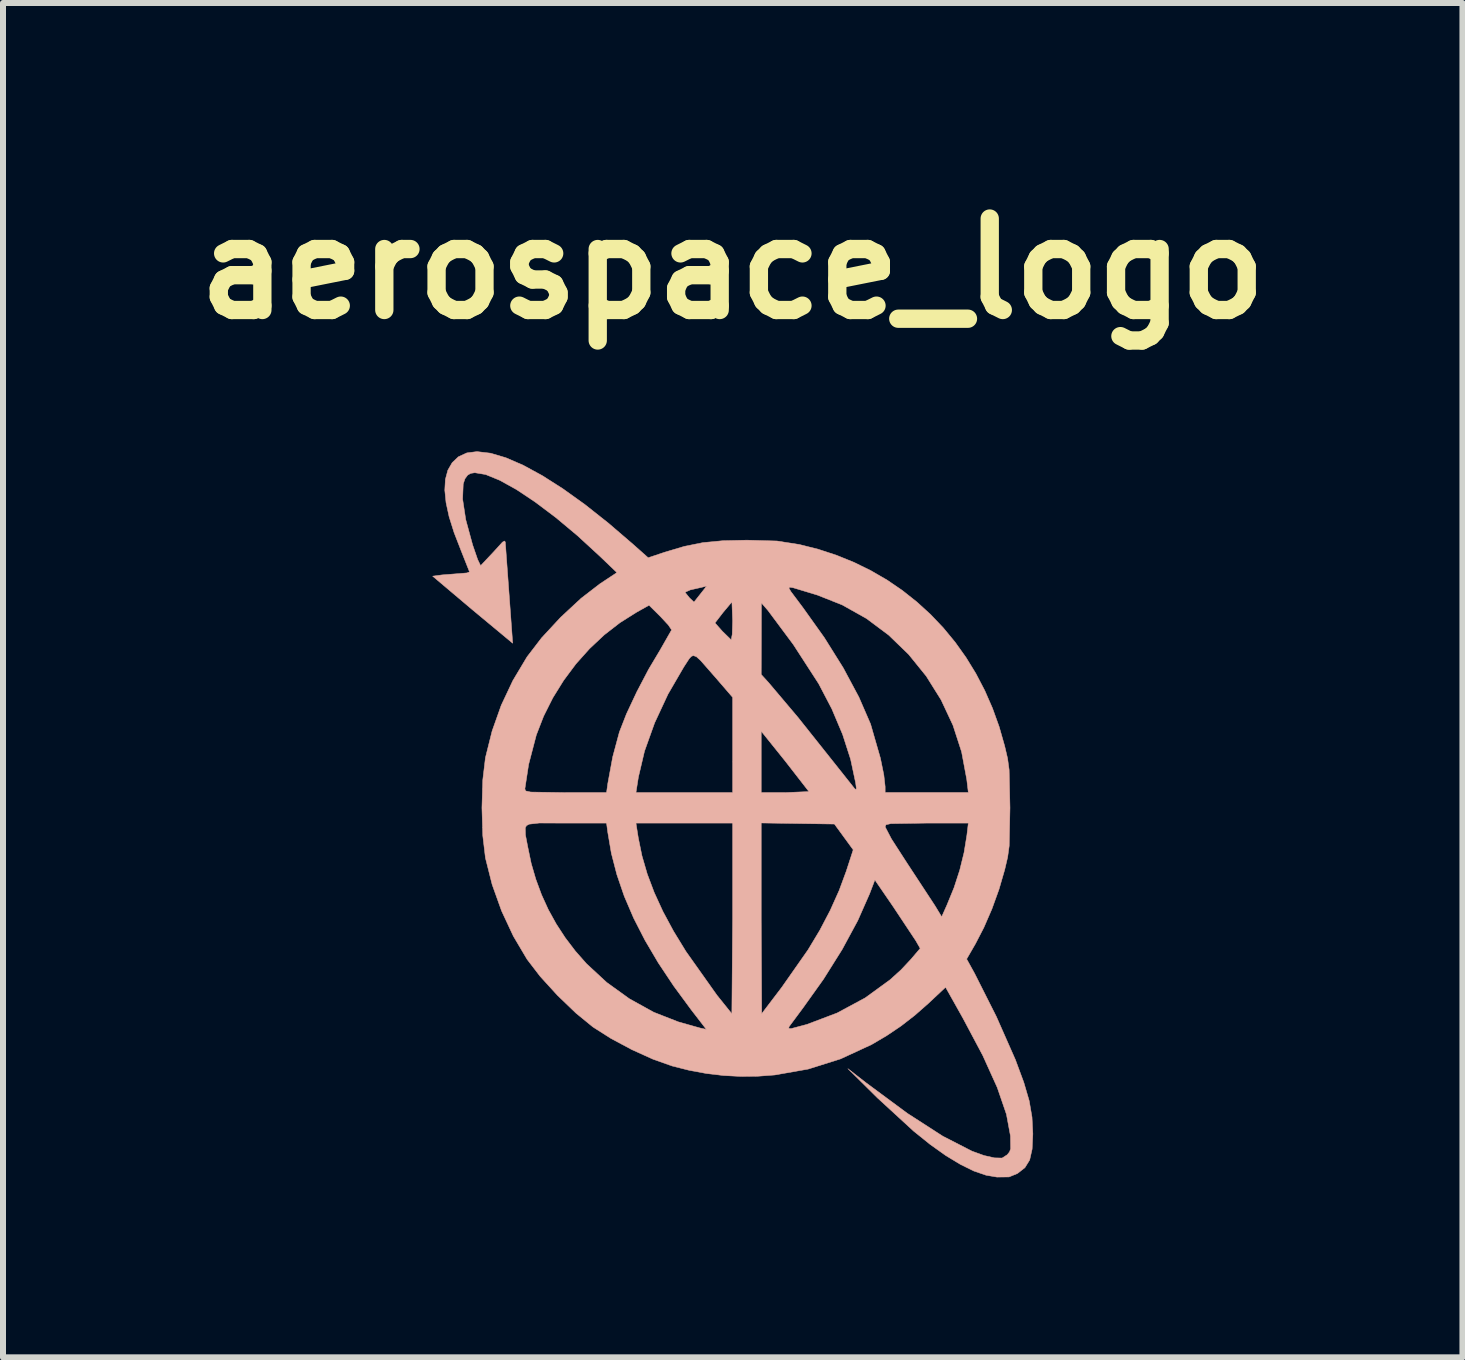
<source format=kicad_pcb>
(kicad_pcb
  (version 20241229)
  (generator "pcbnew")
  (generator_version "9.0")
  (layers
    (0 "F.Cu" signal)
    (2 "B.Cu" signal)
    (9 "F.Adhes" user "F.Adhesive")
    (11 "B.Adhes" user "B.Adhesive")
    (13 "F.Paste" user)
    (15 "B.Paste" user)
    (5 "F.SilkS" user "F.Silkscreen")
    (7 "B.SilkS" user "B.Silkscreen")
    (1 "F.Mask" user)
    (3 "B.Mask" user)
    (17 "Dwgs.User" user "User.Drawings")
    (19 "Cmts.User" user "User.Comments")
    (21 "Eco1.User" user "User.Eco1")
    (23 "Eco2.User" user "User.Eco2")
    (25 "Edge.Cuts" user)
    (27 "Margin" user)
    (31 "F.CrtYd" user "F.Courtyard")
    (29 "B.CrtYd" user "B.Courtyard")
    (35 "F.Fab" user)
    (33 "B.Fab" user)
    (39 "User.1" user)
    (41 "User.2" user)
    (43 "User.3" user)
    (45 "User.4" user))
  (footprint "aerospace_logo"
    (layer "F.Cu")
    (at 9.159 10.518)
    (property "Reference" "aerospace_logo" (at 0 -9.092 0) (layer "F.SilkS") (effects (font (size 1.524 1.524) (thickness 0.305))))
    (attr smd)
    (fp_poly (pts (xy -4.258 -6.043) (xy -0.705 -3.74) (xy -0.796 -3.7) (xy -0.721 -3.607) (xy -0.646 -3.536) (xy -0.54 -3.67) (xy -0.434 -3.804) (xy -0.434 -3.804) (xy -0.523 -3.781) (xy -0.705 -3.74) (xy -4.258 -6.043) (xy -0.296 -3.189) (xy -0.173 -3.05) (xy -0.026 -2.907) (xy -0.009 -2.998) (xy -0.002 -3.221) (xy -0.014 -3.539) (xy -0.014 -3.539) (xy -0.014 -3.539) (xy -0.161 -3.364) (xy -0.296 -3.189) (xy -4.258 -6.043) (xy 0.474 -2.33) (xy 0.596 -2.196) (xy 1.087 -1.615) (xy 1.679 -0.871) (xy 2.03 -0.429) (xy 2.053 -0.414) (xy 2.06 -0.428) (xy 2.048 -0.521) (xy 1.964 -0.916) (xy 1.83 -1.332) (xy 1.651 -1.756) (xy 1.431 -2.177) (xy 1.009 -2.829) (xy 0.587 -3.396) (xy 0.477 -3.523) (xy 0.477 -3.523) (xy 0.476 -2.927) (xy 0.474 -2.33) (xy -4.258 -6.043) (xy -4.035 -6.017) (xy 2.634 0.155) (xy 2.553 0.173) (xy 2.539 0.209) (xy 2.644 0.41) (xy 2.898 0.804) (xy 3.369 1.522) (xy 3.481 1.707) (xy 3.567 1.515) (xy 3.687 1.222) (xy 3.782 0.929) (xy 3.854 0.637) (xy 3.901 0.348) (xy 3.925 0.146) (xy 3.925 0.146) (xy 3.232 0.146) (xy 2.634 0.155) (xy -4.035 -6.017) (xy -3.779 -5.941) (xy -1.394 -3.484) (xy -1.603 -3.367) (xy -1.879 -3.193) (xy -2.141 -2.99) (xy -2.387 -2.759) (xy -2.614 -2.505) (xy -2.818 -2.231) (xy -2.998 -1.941) (xy -3.151 -1.636) (xy -3.273 -1.322) (xy -3.401 -0.832) (xy -3.464 -0.422) (xy -3.449 -0.389) (xy -3.365 -0.371) (xy -2.784 -0.362) (xy -2.103 -0.362) (xy -2.082 -0.513) (xy -2 -0.958) (xy -1.889 -1.371) (xy -1.772 -1.671) (xy -1.599 -2.04) (xy -1.402 -2.416) (xy -1.21 -2.738) (xy -1.019 -3.073) (xy -1.074 -3.155) (xy -1.207 -3.298) (xy -1.394 -3.483) (xy -1.394 -3.484) (xy -3.779 -5.941) (xy -3.491 -5.816) (xy -0.533 -2.56) (xy -0.605 -2.626) (xy -0.657 -2.645) (xy -0.657 -2.645) (xy -0.691 -2.631) (xy -0.726 -2.593) (xy -0.817 -2.453) (xy -1.08 -2) (xy -1.302 -1.523) (xy -1.47 -1.054) (xy -1.572 -0.621) (xy -1.613 -0.362) (xy -0.808 -0.362) (xy -0.002 -0.362) (xy -0.002 -1.156) (xy -0.002 -1.949) (xy -0.285 -2.277) (xy -0.533 -2.56) (xy -3.491 -5.816) (xy -3.175 -5.644) (xy -2.831 -5.425) (xy 0.474 -1.385) (xy 0.474 -0.874) (xy 0.474 -0.362) (xy 0.871 -0.362) (xy 1.269 -0.379) (xy 0.871 -0.891) (xy 0.474 -1.385) (xy 0.474 -1.385) (xy -2.831 -5.425) (xy -2.464 -5.162) (xy 1.694 0.162) (xy 1.084 0.153) (xy 0.474 0.144) (xy 0.474 0.145) (xy 0.474 1.734) (xy 0.482 3.322) (xy 0.816 2.883) (xy 1.254 2.258) (xy 1.449 1.934) (xy 1.624 1.6) (xy 1.773 1.268) (xy 1.89 0.951) (xy 2.007 0.591) (xy 1.85 0.376) (xy 1.694 0.162) (xy -2.464 -5.162) (xy -2.075 -4.854) (xy -1.667 -4.504) (xy -1.409 -4.275) (xy 0.945 -3.785) (xy 0.936 -3.769) (xy 0.966 -3.715) (xy 1.169 -3.444) (xy 1.525 -2.945) (xy 1.841 -2.44) (xy 2.102 -1.952) (xy 2.296 -1.505) (xy 2.46 -0.936) (xy 2.517 -0.657) (xy 2.539 -0.461) (xy 2.539 -0.363) (xy 3.232 -0.363) (xy 3.925 -0.363) (xy 3.899 -0.58) (xy 3.813 -1.04) (xy 3.669 -1.484) (xy 3.471 -1.907) (xy 3.224 -2.302) (xy 2.931 -2.664) (xy 2.598 -2.986) (xy 2.227 -3.263) (xy 1.824 -3.489) (xy 1.411 -3.653) (xy 1.004 -3.776) (xy 0.945 -3.785) (xy 0.945 -3.785) (xy -1.409 -4.275) (xy 2.368 1.093) (xy 2.279 1.326) (xy 2.083 1.77) (xy 1.823 2.251) (xy 1.513 2.745) (xy 1.169 3.227) (xy 0.939 3.537) (xy 0.932 3.566) (xy 0.97 3.571) (xy 1.237 3.5) (xy 1.739 3.31) (xy 2.207 3.058) (xy 2.622 2.756) (xy 2.805 2.59) (xy 2.968 2.416) (xy 3.123 2.234) (xy 3.051 2.108) (xy 2.673 1.538) (xy 2.368 1.093) (xy 2.368 1.093) (xy -1.409 -4.275) (xy -1.138 -4.366) (xy -0.809 -4.464) (xy -0.498 -4.527) (xy -0.164 -4.559) (xy 0.236 -4.568) (xy -0.002 0.146) (xy -0.808 0.146) (xy -1.613 0.146) (xy -1.574 0.392) (xy -1.513 0.691) (xy -1.425 0.994) (xy -1.309 1.302) (xy -1.164 1.618) (xy -0.988 1.945) (xy -0.78 2.285) (xy -0.264 3.013) (xy -0.015 3.323) (xy -0.002 1.734) (xy -0.002 0.146) (xy -0.002 0.146) (xy 0.236 -4.568) (xy 0.735 -4.554) (xy 1.108 -4.496) (xy 1.423 -4.417) (xy 1.728 -4.317) (xy 2.021 -4.198) (xy 2.302 -4.06) (xy 2.571 -3.904) (xy 2.826 -3.73) (xy 3.068 -3.538) (xy 3.296 -3.33) (xy 3.509 -3.106) (xy 3.706 -2.867) (xy 3.887 -2.613) (xy 4.052 -2.344) (xy 4.199 -2.062) (xy 4.328 -1.767) (xy 4.439 -1.459) (xy 4.53 -1.14) (xy 4.579 -0.931) (xy 4.605 -0.741) (xy 4.619 -0.108) (xy -3.225 0.145) (xy -3.392 0.164) (xy -3.435 0.187) (xy -3.457 0.222) (xy -3.454 0.343) (xy -3.415 0.546) (xy -3.358 0.819) (xy -3.281 1.083) (xy -3.186 1.34) (xy -3.073 1.588) (xy -2.941 1.827) (xy -2.791 2.057) (xy -2.623 2.278) (xy -2.437 2.489) (xy -2.1 2.801) (xy -1.721 3.074) (xy -1.318 3.297) (xy -0.907 3.458) (xy -0.547 3.56) (xy -0.44 3.583) (xy -0.694 3.254) (xy -0.984 2.86) (xy -1.241 2.474) (xy -1.463 2.097) (xy -1.652 1.728) (xy -1.808 1.364) (xy -1.931 1.004) (xy -2.023 0.649) (xy -2.083 0.296) (xy -2.103 0.146) (xy -2.784 0.146) (xy -3.225 0.145) (xy -3.225 0.145) (xy -3.225 0.145) (xy 4.619 -0.108) (xy 4.606 0.526) (xy 4.58 0.714) (xy 4.531 0.923) (xy 4.436 1.25) (xy 4.318 1.577) (xy 4.184 1.886) (xy 4.042 2.16) (xy 3.897 2.411) (xy 4.03 2.652) (xy 4.391 3.368) (xy 4.709 4.088) (xy 4.849 4.466) (xy 4.939 4.773) (xy 4.986 5.046) (xy 5 5.324) (xy 4.988 5.578) (xy 4.947 5.759) (xy 4.868 5.887) (xy 4.744 5.984) (xy 4.603 6.042) (xy 4.402 6.044) (xy 4.22 6.013) (xy 4.016 5.943) (xy 3.793 5.833) (xy 3.55 5.686) (xy 3.29 5.501) (xy 3.013 5.278) (xy 2.412 4.726) (xy 1.919 4.238) (xy 2.221 4.473) (xy 2.909 4.982) (xy 3.5 5.363) (xy 3.985 5.612) (xy 4.187 5.685) (xy 4.36 5.724) (xy 4.488 5.727) (xy 4.572 5.673) (xy 4.61 5.627) (xy 4.63 5.574) (xy 4.627 5.359) (xy 4.56 4.998) (xy 4.407 4.552) (xy 4.166 4.019) (xy 3.835 3.396) (xy 3.546 2.881) (xy 3.257 3.152) (xy 3.034 3.348) (xy 2.802 3.528) (xy 2.561 3.69) (xy 2.313 3.836) (xy 1.796 4.075) (xy 1.256 4.245) (xy 0.699 4.343) (xy 0.417 4.364) (xy 0.132 4.367) (xy -0.154 4.352) (xy -0.44 4.318) (xy -0.726 4.265) (xy -1.011 4.193) (xy -1.327 4.081) (xy -1.683 3.92) (xy -2.032 3.733) (xy -2.329 3.544) (xy -2.614 3.311) (xy -2.923 3.014) (xy -3.209 2.7) (xy -3.427 2.416) (xy -3.656 2.029) (xy -3.852 1.609) (xy -4.009 1.17) (xy -4.121 0.726) (xy -4.165 0.356) (xy -4.179 -0.109) (xy -4.165 -0.574) (xy -4.121 -0.943) (xy -4.01 -1.387) (xy -3.858 -1.816) (xy -3.664 -2.228) (xy -3.428 -2.623) (xy -3.185 -2.94) (xy -2.868 -3.282) (xy -2.528 -3.598) (xy -2.213 -3.841) (xy -1.93 -4.028) (xy -2.215 -4.301) (xy -2.586 -4.642) (xy -2.947 -4.944) (xy -3.29 -5.202) (xy -3.605 -5.412) (xy -3.883 -5.566) (xy -4.118 -5.662) (xy -4.298 -5.692) (xy -4.366 -5.681) (xy -4.417 -5.652) (xy -4.462 -5.591) (xy -4.491 -5.503) (xy -4.501 -5.252) (xy -4.449 -4.91) (xy -4.334 -4.488) (xy -4.25 -4.244) (xy -4.201 -4.143) (xy -3.987 -4.37) (xy -3.837 -4.535) (xy -3.803 -4.554) (xy -3.79 -4.537) (xy -3.667 -2.851) (xy -4.336 -3.407) (xy -5 -3.968) (xy -4.844 -3.989) (xy -4.537 -4.013) (xy -4.43 -4.022) (xy -4.386 -4.039) (xy -4.53 -4.403) (xy -4.643 -4.694) (xy -4.726 -4.958) (xy -4.777 -5.193) (xy -4.798 -5.401) (xy -4.788 -5.581) (xy -4.747 -5.734) (xy -4.675 -5.859) (xy -4.572 -5.957) (xy -4.431 -6.022) (xy -4.258 -6.044) (xy -4.258 -6.043)) (stroke (width 0.008) (type solid)) (fill yes) (layer "B.SilkS")))
  (gr_rect
    (start -3 -3)
    (end 21.317 19.566)
    (stroke (width 0.1) (type default))
    (fill no)
    (layer "Edge.Cuts")))
</source>
